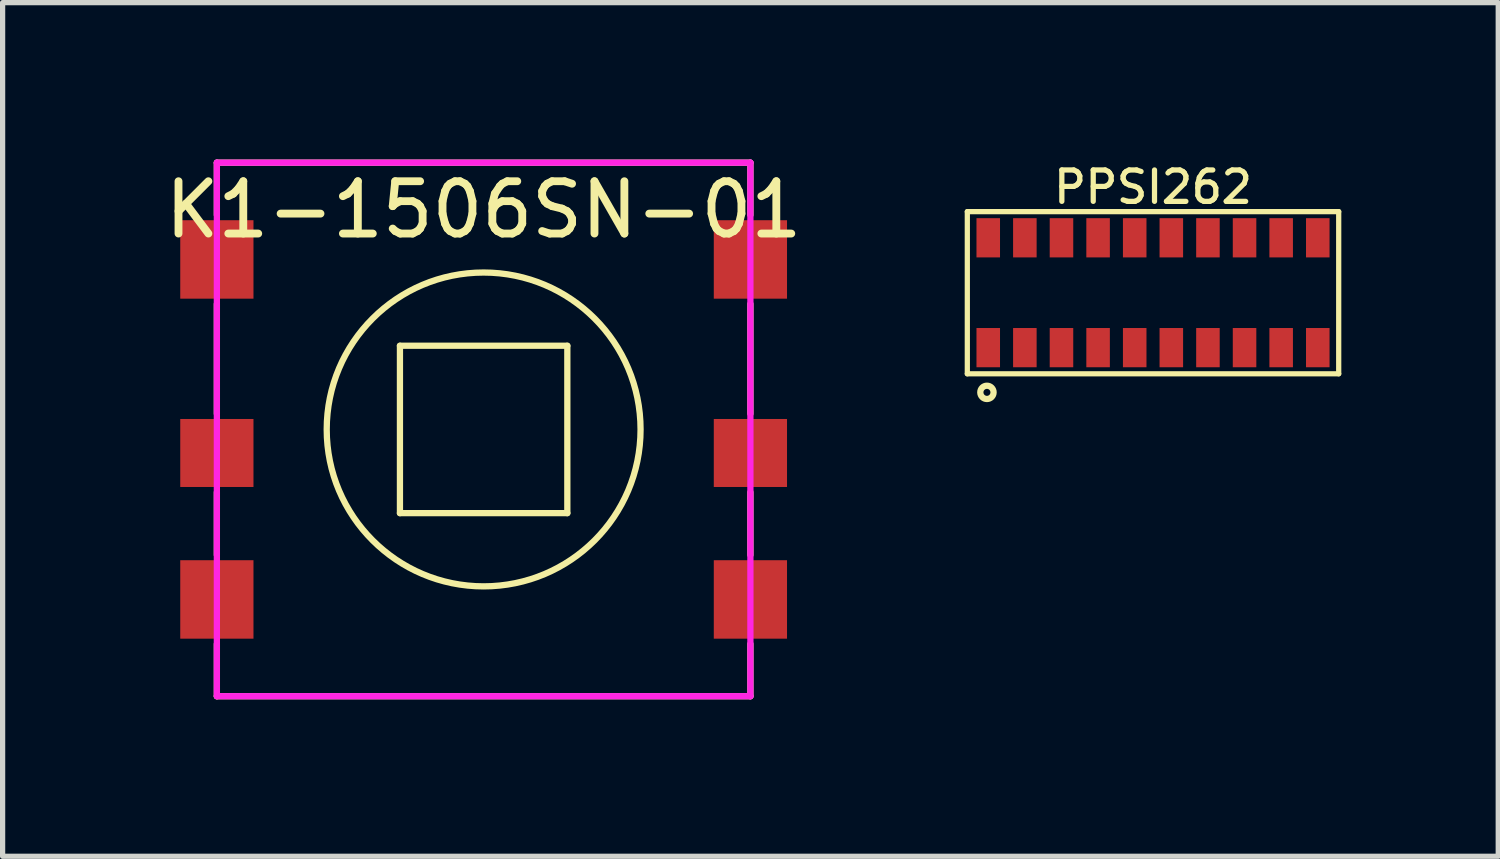
<source format=kicad_pcb>
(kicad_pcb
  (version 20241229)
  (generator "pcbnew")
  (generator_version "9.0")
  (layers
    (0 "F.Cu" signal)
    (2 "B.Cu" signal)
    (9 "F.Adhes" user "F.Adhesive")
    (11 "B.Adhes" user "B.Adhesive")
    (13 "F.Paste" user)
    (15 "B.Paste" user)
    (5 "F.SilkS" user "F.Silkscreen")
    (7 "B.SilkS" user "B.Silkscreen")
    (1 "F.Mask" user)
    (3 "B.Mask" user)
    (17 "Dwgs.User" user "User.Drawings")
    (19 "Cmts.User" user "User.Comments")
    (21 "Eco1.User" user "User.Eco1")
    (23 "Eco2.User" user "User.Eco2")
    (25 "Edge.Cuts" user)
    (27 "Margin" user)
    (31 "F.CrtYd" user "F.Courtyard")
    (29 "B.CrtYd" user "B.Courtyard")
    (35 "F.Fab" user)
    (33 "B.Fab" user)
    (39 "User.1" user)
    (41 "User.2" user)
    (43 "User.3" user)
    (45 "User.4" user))
  (footprint "PPSI262"
    (layer "F.Cu")
    (at 18.993 2.546)
    (property "Reference" "PPSI262" (at 0 -2.019 0) (layer "F.SilkS") (effects (font (size 0.6 0.6) (thickness 0.1))))
    (attr through_hole)
    (fp_line (start -3.55 -1.55) (end -3.55 1.55) (stroke (width 0.1) (type solid)) (layer "F.SilkS"))
    (fp_line (start -3.55 -1.55) (end 3.55 -1.55) (stroke (width 0.1) (type solid)) (layer "F.SilkS"))
    (fp_line (start -3.55 1.55) (end 3.55 1.55) (stroke (width 0.1) (type solid)) (layer "F.SilkS"))
    (fp_line (start 3.55 -1.55) (end 3.55 1.55) (stroke (width 0.1) (type solid)) (layer "F.SilkS"))
    (fp_circle (center -3.175 1.905) (end -3.048 1.905) (stroke (width 0.12) (type solid)) (fill no) (layer "F.SilkS"))
    (fp_line (start -0.762 0) (end 0.762 0) (stroke (width 0.12) (type solid)) (layer "Eco1.User"))
    (fp_line (start 0 0.762) (end 0 -0.762) (stroke (width 0.12) (type solid)) (layer "Eco1.User"))
    (pad "1" smd rect (at -3.15 1.05) (size 0.45 0.75) (layers "F.Cu" "F.Mask" "F.Paste"))
    (pad "2" smd rect (at -2.45 1.05) (size 0.45 0.75) (layers "F.Cu" "F.Mask" "F.Paste"))
    (pad "3" smd rect (at -1.75 1.05) (size 0.45 0.75) (layers "F.Cu" "F.Mask" "F.Paste"))
    (pad "4" smd rect (at -1.05 1.05) (size 0.45 0.75) (layers "F.Cu" "F.Mask" "F.Paste"))
    (pad "5" smd rect (at -0.35 1.05) (size 0.45 0.75) (layers "F.Cu" "F.Mask" "F.Paste"))
    (pad "6" smd rect (at 0.35 1.05) (size 0.45 0.75) (layers "F.Cu" "F.Mask" "F.Paste"))
    (pad "7" smd rect (at 1.05 1.05) (size 0.45 0.75) (layers "F.Cu" "F.Mask" "F.Paste"))
    (pad "8" smd rect (at 1.75 1.05) (size 0.45 0.75) (layers "F.Cu" "F.Mask" "F.Paste"))
    (pad "9" smd rect (at 2.45 1.05) (size 0.45 0.75) (layers "F.Cu" "F.Mask" "F.Paste"))
    (pad "10" smd rect (at 3.15 1.05) (size 0.45 0.75) (layers "F.Cu" "F.Mask" "F.Paste"))
    (pad "11" smd rect (at 3.15 -1.05 180) (size 0.45 0.75) (layers "F.Cu" "F.Mask" "F.Paste"))
    (pad "12" smd rect (at 2.45 -1.05 180) (size 0.45 0.75) (layers "F.Cu" "F.Mask" "F.Paste"))
    (pad "13" smd rect (at 1.75 -1.05 180) (size 0.45 0.75) (layers "F.Cu" "F.Mask" "F.Paste"))
    (pad "14" smd rect (at 1.05 -1.05 180) (size 0.45 0.75) (layers "F.Cu" "F.Mask" "F.Paste"))
    (pad "15" smd rect (at 0.35 -1.05 180) (size 0.45 0.75) (layers "F.Cu" "F.Mask" "F.Paste"))
    (pad "16" smd rect (at -0.35 -1.05 180) (size 0.45 0.75) (layers "F.Cu" "F.Mask" "F.Paste"))
    (pad "17" smd rect (at -1.05 -1.05 180) (size 0.45 0.75) (layers "F.Cu" "F.Mask" "F.Paste"))
    (pad "18" smd rect (at -1.75 -1.05 180) (size 0.45 0.75) (layers "F.Cu" "F.Mask" "F.Paste"))
    (pad "19" smd rect (at -2.45 -1.05 180) (size 0.45 0.75) (layers "F.Cu" "F.Mask" "F.Paste"))
    (pad "20" smd rect (at -3.15 -1.05 180) (size 0.45 0.75) (layers "F.Cu" "F.Mask" "F.Paste")))
  (footprint "K1-1506SN-01"
    (layer "F.Cu")
    (at 6.196 5.16)
    (property "Reference" "K1-1506SN-01" (at 0 -4.2 0) (layer "F.SilkS") (effects (font (size 1 1) (thickness 0.15))))
    (attr smd)
    (fp_line (start -5.1 -5.1) (end -5.1 -4.1) (stroke (width 0.12) (type solid)) (layer "F.SilkS"))
    (fp_line (start -5.1 -2.4) (end -5.1 -0.3) (stroke (width 0.12) (type solid)) (layer "F.SilkS"))
    (fp_line (start -5.1 1.2) (end -5.1 2.4) (stroke (width 0.12) (type solid)) (layer "F.SilkS"))
    (fp_line (start -5.1 4.1) (end -5.1 5.1) (stroke (width 0.12) (type solid)) (layer "F.SilkS"))
    (fp_line (start -5.1 5.1) (end 5.1 5.1) (stroke (width 0.12) (type solid)) (layer "F.SilkS"))
    (fp_line (start -1.6 -1.6) (end 1.6 -1.6) (stroke (width 0.12) (type solid)) (layer "F.SilkS"))
    (fp_line (start -1.6 1.6) (end -1.6 -1.6) (stroke (width 0.12) (type solid)) (layer "F.SilkS"))
    (fp_line (start 1.6 1.6) (end -1.6 1.6) (stroke (width 0.12) (type solid)) (layer "F.SilkS"))
    (fp_line (start 1.6 1.6) (end 1.6 -1.6) (stroke (width 0.12) (type solid)) (layer "F.SilkS"))
    (fp_line (start 5.1 -5.1) (end -5.1 -5.1) (stroke (width 0.12) (type solid)) (layer "F.SilkS"))
    (fp_line (start 5.1 -5.1) (end 5.1 -4.1) (stroke (width 0.12) (type solid)) (layer "F.SilkS"))
    (fp_line (start 5.1 -2.4) (end 5.1 -0.3) (stroke (width 0.12) (type solid)) (layer "F.SilkS"))
    (fp_line (start 5.1 1.2) (end 5.1 2.4) (stroke (width 0.12) (type solid)) (layer "F.SilkS"))
    (fp_line (start 5.1 5.1) (end 5.1 4.1) (stroke (width 0.12) (type solid)) (layer "F.SilkS"))
    (fp_circle (center 0 0) (end 3 0) (stroke (width 0.12) (type solid)) (fill no) (layer "F.SilkS"))
    (fp_line (start -5.1 -5.1) (end -5.1 5.1) (stroke (width 0.12) (type solid)) (layer "F.CrtYd"))
    (fp_line (start -5.1 -5.1) (end 5.1 -5.1) (stroke (width 0.12) (type solid)) (layer "F.CrtYd"))
    (fp_line (start -5.1 5.1) (end 5.1 5.1) (stroke (width 0.12) (type solid)) (layer "F.CrtYd"))
    (fp_line (start 5.1 -5.1) (end 5.1 5.1) (stroke (width 0.12) (type solid)) (layer "F.CrtYd"))
    (pad "1" smd rect (at -5.1 -3.25) (size 1.4 1.5) (layers "F.Cu" "F.Mask" "F.Paste"))
    (pad "1" smd rect (at -5.1 3.25) (size 1.4 1.5) (layers "F.Cu" "F.Mask" "F.Paste"))
    (pad "2" smd rect (at -5.1 0.45) (size 1.4 1.3) (layers "F.Cu" "F.Mask" "F.Paste"))
    (pad "4" smd rect (at 5.1 3.25) (size 1.4 1.5) (layers "F.Cu" "F.Mask" "F.Paste"))
    (pad "5" smd rect (at 5.1 0.45) (size 1.4 1.3) (layers "F.Cu" "F.Mask" "F.Paste"))
    (pad "6" smd rect (at 5.1 -3.25) (size 1.4 1.5) (layers "F.Cu" "F.Mask" "F.Paste")))
  (gr_rect
    (start -3 -3)
    (end 25.593 13.32)
    (stroke (width 0.1) (type default))
    (fill no)
    (layer "Edge.Cuts")))
</source>
